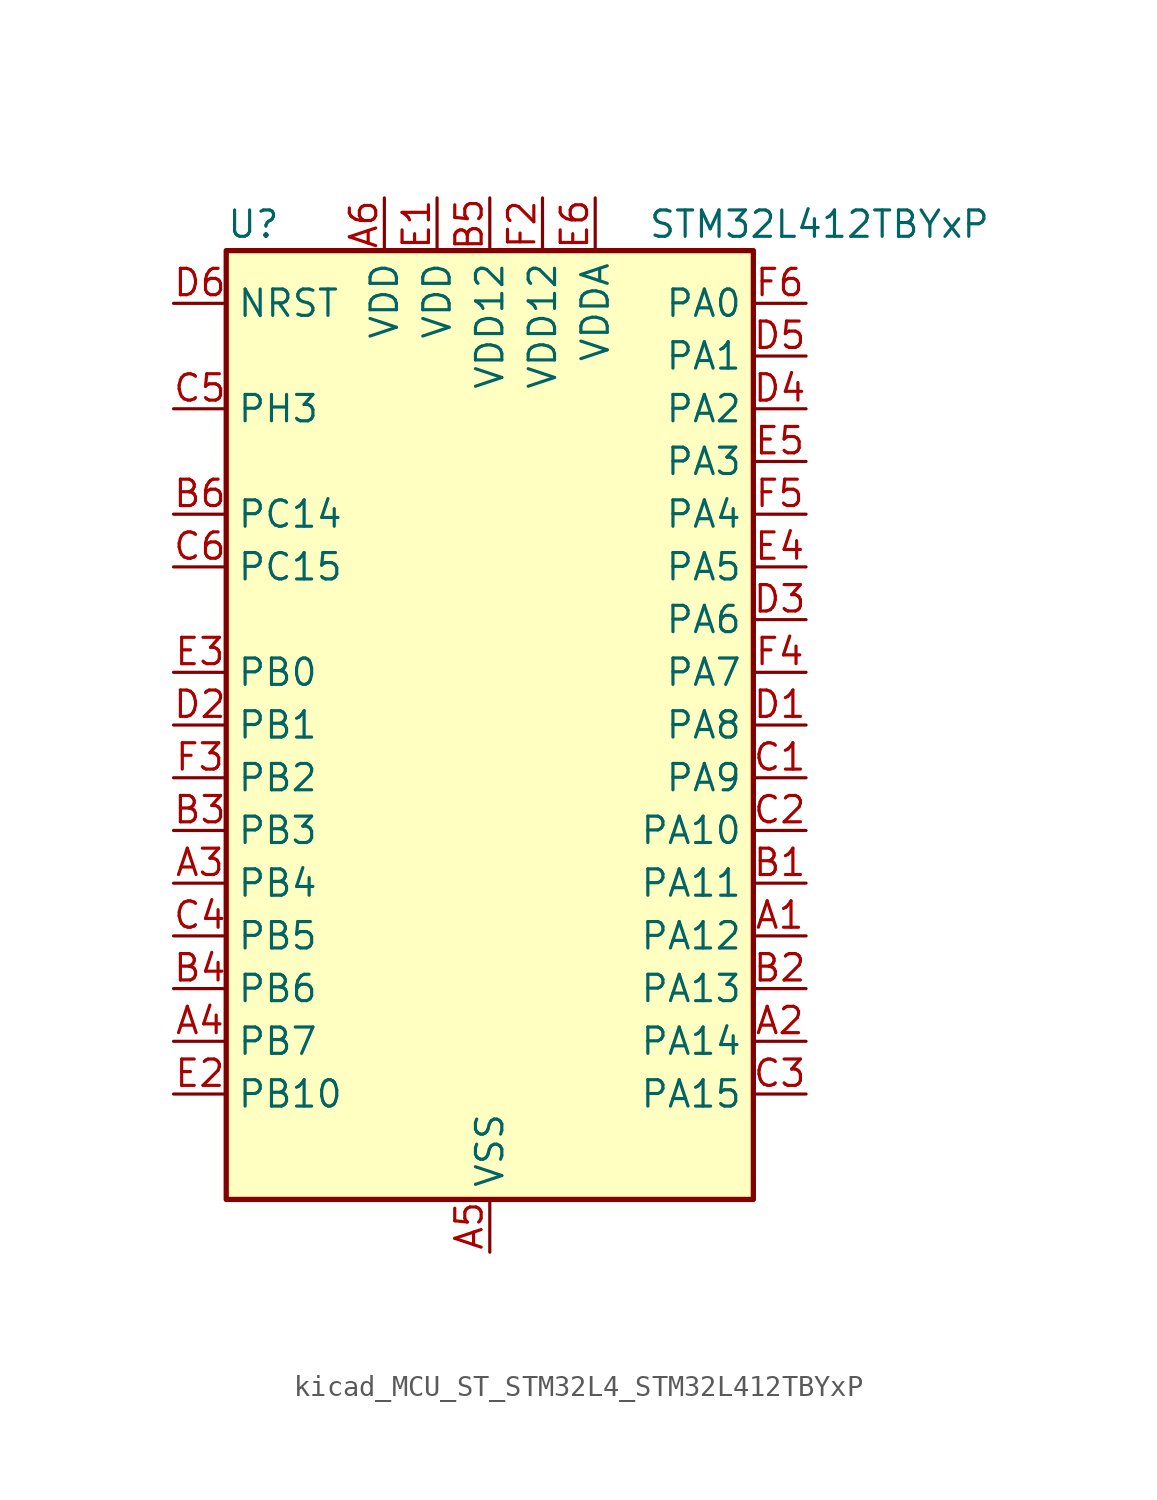
<source format=kicad_sym>
(kicad_symbol_lib
  (version 20220914)
  (generator kicad_symbol_editor)
  (symbol "kicad_MCU_ST_STM32L4_STM32L412TBYxP"
    (property "Reference" "U"
      (at -12.7 24.13 0)
      (effects (font (size 1.27 1.27)) (justify left)))
    (property "Value" "STM32L412TBYxP"
      (at 7.62 24.13 0)
      (effects (font (size 1.27 1.27)) (justify left)))
    (property "ki_locked" ""
      (at 0 0 0)
      (effects (font (size 1.27 1.27))))
    (symbol "kicad_MCU_ST_STM32L4_STM32L412TBYxP_0_1"
      (rectangle (start -12.7 -22.86) (end 12.7 22.86) (stroke (width 0.254) (type default)) (fill (type background))))
    (symbol "kicad_MCU_ST_STM32L4_STM32L412TBYxP_1_1"
      (pin bidirectional line (at 15.24 -10.16 180) (length 2.54) (name "PA12" (effects (font (size 1.27 1.27)))) (number "A1" (effects (font (size 1.27 1.27)))) (alternate "SPI1_MOSI" bidirectional line) (alternate "TIM1_ETR" bidirectional line) (alternate "USART1_DE" bidirectional line) (alternate "USART1_RTS" bidirectional line) (alternate "USB_DP" bidirectional line))
      (pin bidirectional line (at 15.24 -15.24 180) (length 2.54) (name "PA14" (effects (font (size 1.27 1.27)))) (number "A2" (effects (font (size 1.27 1.27)))) (alternate "I2C1_SMBA" bidirectional line) (alternate "LPTIM1_OUT" bidirectional line) (alternate "SYS_JTCK-SWCLK" bidirectional line))
      (pin bidirectional line (at -15.24 -7.62 0) (length 2.54) (name "PB4" (effects (font (size 1.27 1.27)))) (number "A3" (effects (font (size 1.27 1.27)))) (alternate "I2C3_SDA" bidirectional line) (alternate "SPI1_MISO" bidirectional line) (alternate "SYS_JTRST" bidirectional line) (alternate "TSC_G2_IO1" bidirectional line) (alternate "USART1_CTS" bidirectional line))
      (pin bidirectional line (at -15.24 -15.24 0) (length 2.54) (name "PB7" (effects (font (size 1.27 1.27)))) (number "A4" (effects (font (size 1.27 1.27)))) (alternate "I2C1_SDA" bidirectional line) (alternate "LPTIM1_IN2" bidirectional line) (alternate "SYS_PVD_IN" bidirectional line) (alternate "SYS_TRACECLK" bidirectional line) (alternate "TSC_G2_IO4" bidirectional line) (alternate "USART1_RX" bidirectional line))
      (pin power_in line (at 0 -25.4 90) (length 2.54) (name "VSS" (effects (font (size 1.27 1.27)))) (number "A5" (effects (font (size 1.27 1.27)))))
      (pin power_in line (at -5.08 25.4 270) (length 2.54) (name "VDD" (effects (font (size 1.27 1.27)))) (number "A6" (effects (font (size 1.27 1.27)))))
      (pin bidirectional line (at 15.24 -7.62 180) (length 2.54) (name "PA11" (effects (font (size 1.27 1.27)))) (number "B1" (effects (font (size 1.27 1.27)))) (alternate "ADC1_EXTI11" bidirectional line) (alternate "ADC2_EXTI11" bidirectional line) (alternate "COMP1_OUT" bidirectional line) (alternate "SPI1_MISO" bidirectional line) (alternate "TIM1_BKIN2" bidirectional line) (alternate "TIM1_BKIN2_COMP1" bidirectional line) (alternate "TIM1_CH4" bidirectional line) (alternate "USART1_CTS" bidirectional line) (alternate "USB_DM" bidirectional line))
      (pin bidirectional line (at 15.24 -12.7 180) (length 2.54) (name "PA13" (effects (font (size 1.27 1.27)))) (number "B2" (effects (font (size 1.27 1.27)))) (alternate "IR_OUT" bidirectional line) (alternate "SYS_JTMS-SWDIO" bidirectional line) (alternate "USB_NOE" bidirectional line))
      (pin bidirectional line (at -15.24 -5.08 0) (length 2.54) (name "PB3" (effects (font (size 1.27 1.27)))) (number "B3" (effects (font (size 1.27 1.27)))) (alternate "SPI1_SCK" bidirectional line) (alternate "SYS_JTDO-SWO" bidirectional line) (alternate "TIM2_CH2" bidirectional line) (alternate "USART1_DE" bidirectional line) (alternate "USART1_RTS" bidirectional line))
      (pin bidirectional line (at -15.24 -12.7 0) (length 2.54) (name "PB6" (effects (font (size 1.27 1.27)))) (number "B4" (effects (font (size 1.27 1.27)))) (alternate "I2C1_SCL" bidirectional line) (alternate "LPTIM1_ETR" bidirectional line) (alternate "SYS_TRACED3" bidirectional line) (alternate "TIM16_CH1N" bidirectional line) (alternate "TSC_G2_IO3" bidirectional line) (alternate "USART1_TX" bidirectional line))
      (pin power_in line (at 0 25.4 270) (length 2.54) (name "VDD12" (effects (font (size 1.27 1.27)))) (number "B5" (effects (font (size 1.27 1.27)))))
      (pin bidirectional line (at -15.24 10.16 0) (length 2.54) (name "PC14" (effects (font (size 1.27 1.27)))) (number "B6" (effects (font (size 1.27 1.27)))) (alternate "RCC_OSC32_IN" bidirectional line))
      (pin bidirectional line (at 15.24 -2.54 180) (length 2.54) (name "PA9" (effects (font (size 1.27 1.27)))) (number "C1" (effects (font (size 1.27 1.27)))) (alternate "I2C1_SCL" bidirectional line) (alternate "TIM15_BKIN" bidirectional line) (alternate "TIM1_CH2" bidirectional line) (alternate "USART1_TX" bidirectional line))
      (pin bidirectional line (at 15.24 -5.08 180) (length 2.54) (name "PA10" (effects (font (size 1.27 1.27)))) (number "C2" (effects (font (size 1.27 1.27)))) (alternate "CRS_SYNC" bidirectional line) (alternate "I2C1_SDA" bidirectional line) (alternate "TIM1_CH3" bidirectional line) (alternate "USART1_RX" bidirectional line))
      (pin bidirectional line (at 15.24 -17.78 180) (length 2.54) (name "PA15" (effects (font (size 1.27 1.27)))) (number "C3" (effects (font (size 1.27 1.27)))) (alternate "ADC1_EXTI15" bidirectional line) (alternate "ADC2_EXTI15" bidirectional line) (alternate "SPI1_NSS" bidirectional line) (alternate "SYS_JTDI" bidirectional line) (alternate "TIM2_CH1" bidirectional line) (alternate "TIM2_ETR" bidirectional line) (alternate "TSC_G3_IO1" bidirectional line) (alternate "USART2_RX" bidirectional line))
      (pin bidirectional line (at -15.24 -10.16 0) (length 2.54) (name "PB5" (effects (font (size 1.27 1.27)))) (number "C4" (effects (font (size 1.27 1.27)))) (alternate "I2C1_SMBA" bidirectional line) (alternate "LPTIM1_IN1" bidirectional line) (alternate "SPI1_MOSI" bidirectional line) (alternate "SYS_TRACED2" bidirectional line) (alternate "TIM16_BKIN" bidirectional line) (alternate "TSC_G2_IO2" bidirectional line) (alternate "USART1_CK" bidirectional line))
      (pin bidirectional line (at -15.24 15.24 0) (length 2.54) (name "PH3" (effects (font (size 1.27 1.27)))) (number "C5" (effects (font (size 1.27 1.27)))))
      (pin bidirectional line (at -15.24 7.62 0) (length 2.54) (name "PC15" (effects (font (size 1.27 1.27)))) (number "C6" (effects (font (size 1.27 1.27)))) (alternate "ADC1_EXTI15" bidirectional line) (alternate "ADC2_EXTI15" bidirectional line) (alternate "RCC_OSC32_OUT" bidirectional line))
      (pin bidirectional line (at 15.24 0 180) (length 2.54) (name "PA8" (effects (font (size 1.27 1.27)))) (number "D1" (effects (font (size 1.27 1.27)))) (alternate "LPTIM2_OUT" bidirectional line) (alternate "RCC_MCO" bidirectional line) (alternate "TIM1_CH1" bidirectional line) (alternate "USART1_CK" bidirectional line))
      (pin bidirectional line (at -15.24 0 0) (length 2.54) (name "PB1" (effects (font (size 1.27 1.27)))) (number "D2" (effects (font (size 1.27 1.27)))) (alternate "ADC1_IN16" bidirectional line) (alternate "ADC2_IN16" bidirectional line) (alternate "COMP1_INM" bidirectional line) (alternate "LPTIM2_IN1" bidirectional line) (alternate "LPUART1_DE" bidirectional line) (alternate "LPUART1_RTS" bidirectional line) (alternate "QUADSPI_BK1_IO0" bidirectional line) (alternate "SYS_TRACED1" bidirectional line) (alternate "TIM1_CH3N" bidirectional line))
      (pin bidirectional line (at 15.24 5.08 180) (length 2.54) (name "PA6" (effects (font (size 1.27 1.27)))) (number "D3" (effects (font (size 1.27 1.27)))) (alternate "ADC1_IN11" bidirectional line) (alternate "ADC2_IN11" bidirectional line) (alternate "COMP1_OUT" bidirectional line) (alternate "LPUART1_CTS" bidirectional line) (alternate "QUADSPI_BK1_IO3" bidirectional line) (alternate "SPI1_MISO" bidirectional line) (alternate "TIM16_CH1" bidirectional line) (alternate "TIM1_BKIN" bidirectional line))
      (pin bidirectional line (at 15.24 15.24 180) (length 2.54) (name "PA2" (effects (font (size 1.27 1.27)))) (number "D4" (effects (font (size 1.27 1.27)))) (alternate "ADC1_IN7" bidirectional line) (alternate "ADC2_IN7" bidirectional line) (alternate "LPUART1_TX" bidirectional line) (alternate "QUADSPI_BK1_NCS" bidirectional line) (alternate "RCC_LSCO" bidirectional line) (alternate "SYS_WKUP4" bidirectional line) (alternate "TIM15_CH1" bidirectional line) (alternate "TIM2_CH3" bidirectional line) (alternate "USART2_TX" bidirectional line))
      (pin bidirectional line (at 15.24 17.78 180) (length 2.54) (name "PA1" (effects (font (size 1.27 1.27)))) (number "D5" (effects (font (size 1.27 1.27)))) (alternate "ADC1_IN6" bidirectional line) (alternate "COMP1_INP" bidirectional line) (alternate "I2C1_SMBA" bidirectional line) (alternate "OPAMP1_VINM" bidirectional line) (alternate "SPI1_SCK" bidirectional line) (alternate "TIM15_CH1N" bidirectional line) (alternate "TIM2_CH2" bidirectional line) (alternate "USART2_DE" bidirectional line) (alternate "USART2_RTS" bidirectional line))
      (pin input line (at -15.24 20.32 0) (length 2.54) (name "NRST" (effects (font (size 1.27 1.27)))) (number "D6" (effects (font (size 1.27 1.27)))))
      (pin power_in line (at -2.54 25.4 270) (length 2.54) (name "VDD" (effects (font (size 1.27 1.27)))) (number "E1" (effects (font (size 1.27 1.27)))))
      (pin bidirectional line (at -15.24 -17.78 0) (length 2.54) (name "PB10" (effects (font (size 1.27 1.27)))) (number "E2" (effects (font (size 1.27 1.27)))) (alternate "COMP1_OUT" bidirectional line) (alternate "LPUART1_RX" bidirectional line) (alternate "QUADSPI_CLK" bidirectional line) (alternate "TIM2_CH3" bidirectional line) (alternate "TSC_SYNC" bidirectional line))
      (pin bidirectional line (at -15.24 2.54 0) (length 2.54) (name "PB0" (effects (font (size 1.27 1.27)))) (number "E3" (effects (font (size 1.27 1.27)))) (alternate "ADC1_IN15" bidirectional line) (alternate "ADC2_IN15" bidirectional line) (alternate "COMP1_OUT" bidirectional line) (alternate "QUADSPI_BK1_IO1" bidirectional line) (alternate "SPI1_NSS" bidirectional line) (alternate "SYS_TRACED0" bidirectional line) (alternate "TIM1_CH2N" bidirectional line))
      (pin bidirectional line (at 15.24 7.62 180) (length 2.54) (name "PA5" (effects (font (size 1.27 1.27)))) (number "E4" (effects (font (size 1.27 1.27)))) (alternate "ADC1_IN10" bidirectional line) (alternate "ADC2_IN10" bidirectional line) (alternate "COMP1_INM" bidirectional line) (alternate "LPTIM2_ETR" bidirectional line) (alternate "SPI1_SCK" bidirectional line) (alternate "TIM2_CH1" bidirectional line) (alternate "TIM2_ETR" bidirectional line))
      (pin bidirectional line (at 15.24 12.7 180) (length 2.54) (name "PA3" (effects (font (size 1.27 1.27)))) (number "E5" (effects (font (size 1.27 1.27)))) (alternate "ADC1_IN8" bidirectional line) (alternate "ADC2_IN8" bidirectional line) (alternate "LPUART1_RX" bidirectional line) (alternate "OPAMP1_VOUT" bidirectional line) (alternate "QUADSPI_CLK" bidirectional line) (alternate "TIM15_CH2" bidirectional line) (alternate "TIM2_CH4" bidirectional line) (alternate "USART2_RX" bidirectional line))
      (pin power_in line (at 5.08 25.4 270) (length 2.54) (name "VDDA" (effects (font (size 1.27 1.27)))) (number "E6" (effects (font (size 1.27 1.27)))))
      (pin passive line (at 0 -25.4 90) (length 2.54) hide (name "VSS" (effects (font (size 1.27 1.27)))) (number "F1" (effects (font (size 1.27 1.27)))))
      (pin power_in line (at 2.54 25.4 270) (length 2.54) (name "VDD12" (effects (font (size 1.27 1.27)))) (number "F2" (effects (font (size 1.27 1.27)))))
      (pin bidirectional line (at -15.24 -2.54 0) (length 2.54) (name "PB2" (effects (font (size 1.27 1.27)))) (number "F3" (effects (font (size 1.27 1.27)))) (alternate "COMP1_INP" bidirectional line) (alternate "I2C3_SMBA" bidirectional line) (alternate "LPTIM1_OUT" bidirectional line) (alternate "RTC_OUT_ALARM" bidirectional line) (alternate "RTC_OUT_CALIB" bidirectional line))
      (pin bidirectional line (at 15.24 2.54 180) (length 2.54) (name "PA7" (effects (font (size 1.27 1.27)))) (number "F4" (effects (font (size 1.27 1.27)))) (alternate "ADC1_IN12" bidirectional line) (alternate "ADC2_IN12" bidirectional line) (alternate "I2C3_SCL" bidirectional line) (alternate "QUADSPI_BK1_IO2" bidirectional line) (alternate "SPI1_MOSI" bidirectional line) (alternate "TIM1_CH1N" bidirectional line))
      (pin bidirectional line (at 15.24 10.16 180) (length 2.54) (name "PA4" (effects (font (size 1.27 1.27)))) (number "F5" (effects (font (size 1.27 1.27)))) (alternate "ADC1_IN9" bidirectional line) (alternate "ADC2_IN9" bidirectional line) (alternate "COMP1_INM" bidirectional line) (alternate "LPTIM2_OUT" bidirectional line) (alternate "SPI1_NSS" bidirectional line) (alternate "USART2_CK" bidirectional line))
      (pin bidirectional line (at 15.24 20.32 180) (length 2.54) (name "PA0" (effects (font (size 1.27 1.27)))) (number "F6" (effects (font (size 1.27 1.27)))) (alternate "ADC1_IN5" bidirectional line) (alternate "COMP1_INM" bidirectional line) (alternate "COMP1_OUT" bidirectional line) (alternate "OPAMP1_VINP" bidirectional line) (alternate "RCC_CK_IN" bidirectional line) (alternate "RTC_TAMP2" bidirectional line) (alternate "SYS_WKUP1" bidirectional line) (alternate "TIM2_CH1" bidirectional line) (alternate "TIM2_ETR" bidirectional line) (alternate "USART2_CTS" bidirectional line)))))
</source>
